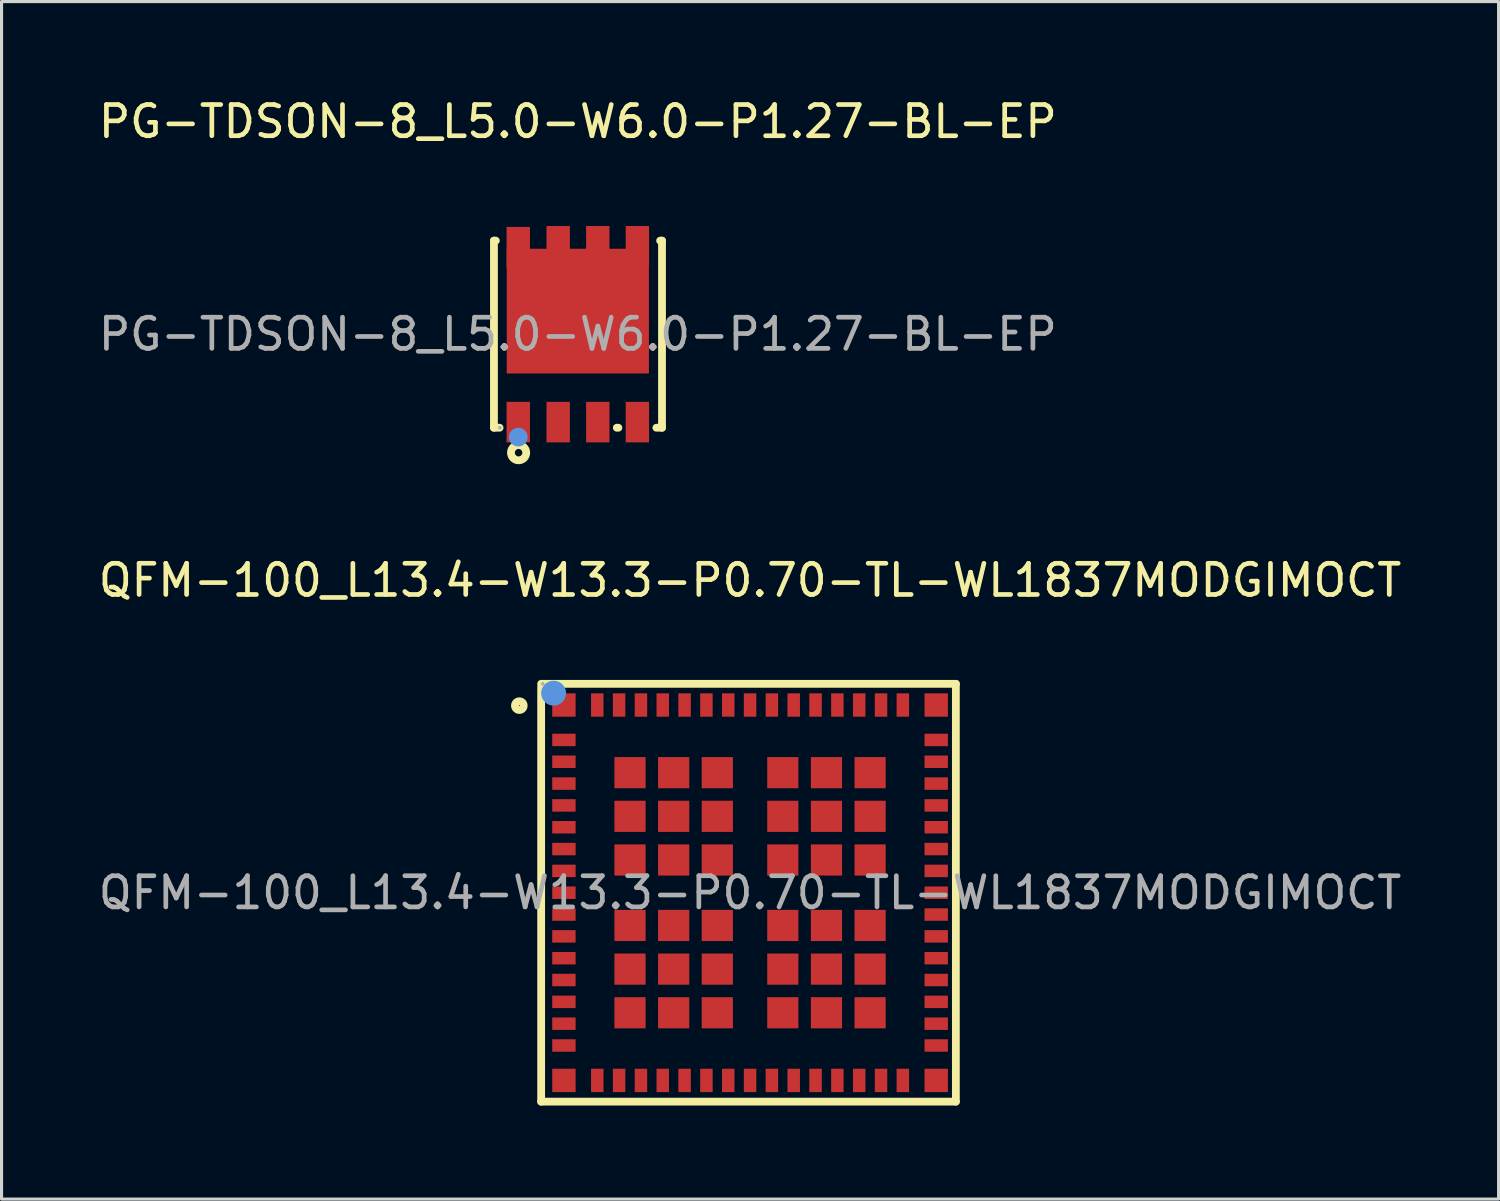
<source format=kicad_pcb>
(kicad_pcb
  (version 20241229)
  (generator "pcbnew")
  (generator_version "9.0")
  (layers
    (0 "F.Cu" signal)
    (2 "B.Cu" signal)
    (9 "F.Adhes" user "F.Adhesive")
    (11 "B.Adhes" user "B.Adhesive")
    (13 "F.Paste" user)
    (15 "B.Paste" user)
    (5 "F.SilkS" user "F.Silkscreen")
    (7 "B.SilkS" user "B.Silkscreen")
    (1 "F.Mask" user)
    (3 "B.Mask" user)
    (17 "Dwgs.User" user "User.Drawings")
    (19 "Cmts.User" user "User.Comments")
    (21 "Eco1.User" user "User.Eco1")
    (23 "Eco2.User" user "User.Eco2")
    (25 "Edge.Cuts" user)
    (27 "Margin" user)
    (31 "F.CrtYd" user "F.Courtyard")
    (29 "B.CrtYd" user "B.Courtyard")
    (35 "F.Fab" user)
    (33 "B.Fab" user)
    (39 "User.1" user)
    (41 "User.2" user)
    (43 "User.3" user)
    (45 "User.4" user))
  (footprint "QFM-100_L13.4-W13.3-P0.70-TL-WL1837MODGIMOCT"
    (layer "F.Cu")
    (at 21.006 25.581)
    (property "Reference" "QFM-100_L13.4-W13.3-P0.70-TL-WL1837MODGIMOCT" (at 0 -10.02 0) (layer "F.SilkS") (effects (font (size 1 1) (thickness 0.15))))
    (attr smd)
    (fp_line (start -6.7 -6.7) (end 6.6 -6.7) (stroke (width 0.25) (type solid)) (layer "F.SilkS"))
    (fp_line (start -6.7 6.7) (end -6.7 -6.6) (stroke (width 0.25) (type solid)) (layer "F.SilkS"))
    (fp_line (start 6.6 -6.7) (end 6.6 6.7) (stroke (width 0.25) (type solid)) (layer "F.SilkS"))
    (fp_line (start 6.6 6.7) (end -6.7 6.7) (stroke (width 0.25) (type solid)) (layer "F.SilkS"))
    (fp_circle (center -7.4 -6) (end -7.26 -6) (stroke (width 0.25) (type solid)) (fill no) (layer "F.SilkS"))
    (fp_circle (center -6.3 -6.4) (end -6.1 -6.4) (stroke (width 0.4) (type solid)) (fill no) (layer "Cmts.User"))
    (fp_circle (center -6.65 -6.7) (end -6.62 -6.7) (stroke (width 0.06) (type solid)) (fill no) (layer "F.Fab"))
    (fp_text user "${REFERENCE}" (at 0 0 0) (layer "F.Fab") (effects (font (size 1 1) (thickness 0.15))))
    (pad "1" smd rect (at -5.97 -6.02) (size 0.75 0.75) (layers "F.Cu" "F.Mask" "F.Paste"))
    (pad "2" smd rect (at -5.97 -4.9) (size 0.75 0.4) (layers "F.Cu" "F.Mask" "F.Paste"))
    (pad "3" smd rect (at -5.97 -4.2) (size 0.75 0.4) (layers "F.Cu" "F.Mask" "F.Paste"))
    (pad "4" smd rect (at -5.97 -3.5) (size 0.75 0.4) (layers "F.Cu" "F.Mask" "F.Paste"))
    (pad "5" smd rect (at -5.97 -2.8) (size 0.75 0.4) (layers "F.Cu" "F.Mask" "F.Paste"))
    (pad "6" smd rect (at -5.97 -2.1) (size 0.75 0.4) (layers "F.Cu" "F.Mask" "F.Paste"))
    (pad "7" smd rect (at -5.97 -1.4) (size 0.75 0.4) (layers "F.Cu" "F.Mask" "F.Paste"))
    (pad "8" smd rect (at -5.97 -0.7) (size 0.75 0.4) (layers "F.Cu" "F.Mask" "F.Paste"))
    (pad "9" smd rect (at -5.97 0) (size 0.75 0.4) (layers "F.Cu" "F.Mask" "F.Paste"))
    (pad "10" smd rect (at -5.97 0.7) (size 0.75 0.4) (layers "F.Cu" "F.Mask" "F.Paste"))
    (pad "11" smd rect (at -5.97 1.4) (size 0.75 0.4) (layers "F.Cu" "F.Mask" "F.Paste"))
    (pad "12" smd rect (at -5.97 2.1) (size 0.75 0.4) (layers "F.Cu" "F.Mask" "F.Paste"))
    (pad "13" smd rect (at -5.97 2.8) (size 0.75 0.4) (layers "F.Cu" "F.Mask" "F.Paste"))
    (pad "14" smd rect (at -5.97 3.5) (size 0.75 0.4) (layers "F.Cu" "F.Mask" "F.Paste"))
    (pad "15" smd rect (at -5.97 4.2) (size 0.75 0.4) (layers "F.Cu" "F.Mask" "F.Paste"))
    (pad "16" smd rect (at -5.97 4.9) (size 0.75 0.4) (layers "F.Cu" "F.Mask" "F.Paste"))
    (pad "17" smd rect (at -5.97 6.02) (size 0.75 0.75) (layers "F.Cu" "F.Mask" "F.Paste"))
    (pad "18" smd rect (at -4.9 6.02 90) (size 0.75 0.4) (layers "F.Cu" "F.Mask" "F.Paste"))
    (pad "19" smd rect (at -4.2 6.02 90) (size 0.75 0.4) (layers "F.Cu" "F.Mask" "F.Paste"))
    (pad "20" smd rect (at -3.5 6.02 90) (size 0.75 0.4) (layers "F.Cu" "F.Mask" "F.Paste"))
    (pad "21" smd rect (at -2.8 6.02 90) (size 0.75 0.4) (layers "F.Cu" "F.Mask" "F.Paste"))
    (pad "22" smd rect (at -2.1 6.02 90) (size 0.75 0.4) (layers "F.Cu" "F.Mask" "F.Paste"))
    (pad "23" smd rect (at -1.4 6.02 90) (size 0.75 0.4) (layers "F.Cu" "F.Mask" "F.Paste"))
    (pad "24" smd rect (at -0.7 6.02 90) (size 0.75 0.4) (layers "F.Cu" "F.Mask" "F.Paste"))
    (pad "25" smd rect (at 0 6.02 90) (size 0.75 0.4) (layers "F.Cu" "F.Mask" "F.Paste"))
    (pad "26" smd rect (at 0.7 6.02 90) (size 0.75 0.4) (layers "F.Cu" "F.Mask" "F.Paste"))
    (pad "27" smd rect (at 1.4 6.02 90) (size 0.75 0.4) (layers "F.Cu" "F.Mask" "F.Paste"))
    (pad "28" smd rect (at 2.1 6.02 90) (size 0.75 0.4) (layers "F.Cu" "F.Mask" "F.Paste"))
    (pad "29" smd rect (at 2.8 6.02 90) (size 0.75 0.4) (layers "F.Cu" "F.Mask" "F.Paste"))
    (pad "30" smd rect (at 3.5 6.02 90) (size 0.75 0.4) (layers "F.Cu" "F.Mask" "F.Paste"))
    (pad "31" smd rect (at 4.2 6.02 90) (size 0.75 0.4) (layers "F.Cu" "F.Mask" "F.Paste"))
    (pad "32" smd rect (at 4.9 6.02 90) (size 0.75 0.4) (layers "F.Cu" "F.Mask" "F.Paste"))
    (pad "33" smd rect (at 5.97 6.02 90) (size 0.75 0.75) (layers "F.Cu" "F.Mask" "F.Paste"))
    (pad "34" smd rect (at 5.97 4.9 180) (size 0.75 0.4) (layers "F.Cu" "F.Mask" "F.Paste"))
    (pad "35" smd rect (at 5.97 4.2 180) (size 0.75 0.4) (layers "F.Cu" "F.Mask" "F.Paste"))
    (pad "36" smd rect (at 5.97 3.5 180) (size 0.75 0.4) (layers "F.Cu" "F.Mask" "F.Paste"))
    (pad "37" smd rect (at 5.97 2.8 180) (size 0.75 0.4) (layers "F.Cu" "F.Mask" "F.Paste"))
    (pad "38" smd rect (at 5.97 2.1 180) (size 0.75 0.4) (layers "F.Cu" "F.Mask" "F.Paste"))
    (pad "39" smd rect (at 5.97 1.4 180) (size 0.75 0.4) (layers "F.Cu" "F.Mask" "F.Paste"))
    (pad "40" smd rect (at 5.97 0.7 180) (size 0.75 0.4) (layers "F.Cu" "F.Mask" "F.Paste"))
    (pad "41" smd rect (at 5.97 0 180) (size 0.75 0.4) (layers "F.Cu" "F.Mask" "F.Paste"))
    (pad "42" smd rect (at 5.97 -0.7 180) (size 0.75 0.4) (layers "F.Cu" "F.Mask" "F.Paste"))
    (pad "43" smd rect (at 5.97 -1.4 180) (size 0.75 0.4) (layers "F.Cu" "F.Mask" "F.Paste"))
    (pad "44" smd rect (at 5.97 -2.1 180) (size 0.75 0.4) (layers "F.Cu" "F.Mask" "F.Paste"))
    (pad "45" smd rect (at 5.97 -2.8 180) (size 0.75 0.4) (layers "F.Cu" "F.Mask" "F.Paste"))
    (pad "46" smd rect (at 5.97 -3.5 180) (size 0.75 0.4) (layers "F.Cu" "F.Mask" "F.Paste"))
    (pad "47" smd rect (at 5.97 -4.2 180) (size 0.75 0.4) (layers "F.Cu" "F.Mask" "F.Paste"))
    (pad "48" smd rect (at 5.97 -4.9 180) (size 0.75 0.4) (layers "F.Cu" "F.Mask" "F.Paste"))
    (pad "49" smd rect (at 5.97 -6.02 180) (size 0.75 0.75) (layers "F.Cu" "F.Mask" "F.Paste"))
    (pad "50" smd rect (at 4.9 -6.02 270) (size 0.75 0.4) (layers "F.Cu" "F.Mask" "F.Paste"))
    (pad "51" smd rect (at 4.2 -6.02 270) (size 0.75 0.4) (layers "F.Cu" "F.Mask" "F.Paste"))
    (pad "52" smd rect (at 3.5 -6.02 270) (size 0.75 0.4) (layers "F.Cu" "F.Mask" "F.Paste"))
    (pad "53" smd rect (at 2.8 -6.02 270) (size 0.75 0.4) (layers "F.Cu" "F.Mask" "F.Paste"))
    (pad "54" smd rect (at 2.1 -6.02 270) (size 0.75 0.4) (layers "F.Cu" "F.Mask" "F.Paste"))
    (pad "55" smd rect (at 1.4 -6.02 270) (size 0.75 0.4) (layers "F.Cu" "F.Mask" "F.Paste"))
    (pad "56" smd rect (at 0.7 -6.02 270) (size 0.75 0.4) (layers "F.Cu" "F.Mask" "F.Paste"))
    (pad "57" smd rect (at 0 -6.02 270) (size 0.75 0.4) (layers "F.Cu" "F.Mask" "F.Paste"))
    (pad "58" smd rect (at -0.7 -6.02 270) (size 0.75 0.4) (layers "F.Cu" "F.Mask" "F.Paste"))
    (pad "59" smd rect (at -1.4 -6.02 270) (size 0.75 0.4) (layers "F.Cu" "F.Mask" "F.Paste"))
    (pad "60" smd rect (at -2.1 -6.02 270) (size 0.75 0.4) (layers "F.Cu" "F.Mask" "F.Paste"))
    (pad "61" smd rect (at -2.8 -6.02 270) (size 0.75 0.4) (layers "F.Cu" "F.Mask" "F.Paste"))
    (pad "62" smd rect (at -3.5 -6.02 270) (size 0.75 0.4) (layers "F.Cu" "F.Mask" "F.Paste"))
    (pad "63" smd rect (at -4.2 -6.02 270) (size 0.75 0.4) (layers "F.Cu" "F.Mask" "F.Paste"))
    (pad "64" smd rect (at -4.9 -6.02 270) (size 0.75 0.4) (layers "F.Cu" "F.Mask" "F.Paste"))
    (pad "G1" smd rect (at -3.85 -3.85 90) (size 1 1) (layers "F.Cu" "F.Mask" "F.Paste"))
    (pad "G2" smd rect (at -3.85 -2.45 90) (size 1 1) (layers "F.Cu" "F.Mask" "F.Paste"))
    (pad "G3" smd rect (at -3.85 -1.05 90) (size 1 1) (layers "F.Cu" "F.Mask" "F.Paste"))
    (pad "G4" smd rect (at -3.85 1.05 90) (size 1 1) (layers "F.Cu" "F.Mask" "F.Paste"))
    (pad "G5" smd rect (at -3.85 2.45 90) (size 1 1) (layers "F.Cu" "F.Mask" "F.Paste"))
    (pad "G6" smd rect (at -3.85 3.85 90) (size 1 1) (layers "F.Cu" "F.Mask" "F.Paste"))
    (pad "G7" smd rect (at -2.45 -3.85 90) (size 1 1) (layers "F.Cu" "F.Mask" "F.Paste"))
    (pad "G8" smd rect (at -2.45 -2.45 90) (size 1 1) (layers "F.Cu" "F.Mask" "F.Paste"))
    (pad "G9" smd rect (at -2.45 -1.05 90) (size 1 1) (layers "F.Cu" "F.Mask" "F.Paste"))
    (pad "G10" smd rect (at -2.45 1.05 90) (size 1 1) (layers "F.Cu" "F.Mask" "F.Paste"))
    (pad "G11" smd rect (at -2.45 2.45 90) (size 1 1) (layers "F.Cu" "F.Mask" "F.Paste"))
    (pad "G12" smd rect (at -2.45 3.85 90) (size 1 1) (layers "F.Cu" "F.Mask" "F.Paste"))
    (pad "G13" smd rect (at -1.05 -3.85 90) (size 1 1) (layers "F.Cu" "F.Mask" "F.Paste"))
    (pad "G14" smd rect (at -1.05 -2.45 90) (size 1 1) (layers "F.Cu" "F.Mask" "F.Paste"))
    (pad "G15" smd rect (at -1.05 -1.05 90) (size 1 1) (layers "F.Cu" "F.Mask" "F.Paste"))
    (pad "G16" smd rect (at -1.05 1.05 90) (size 1 1) (layers "F.Cu" "F.Mask" "F.Paste"))
    (pad "G17" smd rect (at -1.05 2.45 90) (size 1 1) (layers "F.Cu" "F.Mask" "F.Paste"))
    (pad "G18" smd rect (at -1.05 3.85 90) (size 1 1) (layers "F.Cu" "F.Mask" "F.Paste"))
    (pad "G19" smd rect (at 1.05 -3.85 90) (size 1 1) (layers "F.Cu" "F.Mask" "F.Paste"))
    (pad "G20" smd rect (at 1.05 -2.45 90) (size 1 1) (layers "F.Cu" "F.Mask" "F.Paste"))
    (pad "G21" smd rect (at 1.05 -1.05 90) (size 1 1) (layers "F.Cu" "F.Mask" "F.Paste"))
    (pad "G22" smd rect (at 1.05 1.05 90) (size 1 1) (layers "F.Cu" "F.Mask" "F.Paste"))
    (pad "G23" smd rect (at 1.05 2.45 90) (size 1 1) (layers "F.Cu" "F.Mask" "F.Paste"))
    (pad "G24" smd rect (at 1.05 3.85 90) (size 1 1) (layers "F.Cu" "F.Mask" "F.Paste"))
    (pad "G25" smd rect (at 2.45 -3.85 90) (size 1 1) (layers "F.Cu" "F.Mask" "F.Paste"))
    (pad "G26" smd rect (at 2.45 -2.45 90) (size 1 1) (layers "F.Cu" "F.Mask" "F.Paste"))
    (pad "G27" smd rect (at 2.45 -1.05 90) (size 1 1) (layers "F.Cu" "F.Mask" "F.Paste"))
    (pad "G28" smd rect (at 2.45 1.05 90) (size 1 1) (layers "F.Cu" "F.Mask" "F.Paste"))
    (pad "G29" smd rect (at 2.45 2.45 90) (size 1 1) (layers "F.Cu" "F.Mask" "F.Paste"))
    (pad "G30" smd rect (at 2.45 3.85 90) (size 1 1) (layers "F.Cu" "F.Mask" "F.Paste"))
    (pad "G31" smd rect (at 3.85 -3.85 90) (size 1 1) (layers "F.Cu" "F.Mask" "F.Paste"))
    (pad "G32" smd rect (at 3.85 -2.45 90) (size 1 1) (layers "F.Cu" "F.Mask" "F.Paste"))
    (pad "G33" smd rect (at 3.85 -1.05 90) (size 1 1) (layers "F.Cu" "F.Mask" "F.Paste"))
    (pad "G34" smd rect (at 3.85 1.05 90) (size 1 1) (layers "F.Cu" "F.Mask" "F.Paste"))
    (pad "G35" smd rect (at 3.85 2.45 90) (size 1 1) (layers "F.Cu" "F.Mask" "F.Paste"))
    (pad "G36" smd rect (at 3.85 3.85 90) (size 1 1) (layers "F.Cu" "F.Mask" "F.Paste")))
  (footprint "PG-TDSON-8_L5.0-W6.0-P1.27-BL-EP"
    (layer "F.Cu")
    (at 15.482 7.668)
    (property "Reference" "PG-TDSON-8_L5.0-W6.0-P1.27-BL-EP" (at 0 -6.82 0) (layer "F.SilkS") (effects (font (size 1 1) (thickness 0.15))))
    (attr smd)
    (fp_line (start -2.69 -3) (end -2.63 -3) (stroke (width 0.25) (type solid)) (layer "F.SilkS"))
    (fp_line (start -2.69 3) (end -2.69 -3) (stroke (width 0.25) (type solid)) (layer "F.SilkS"))
    (fp_line (start -2.69 3) (end -2.51 3) (stroke (width 0.25) (type solid)) (layer "F.SilkS"))
    (fp_line (start 1.25 3) (end 1.3 3) (stroke (width 0.25) (type solid)) (layer "F.SilkS"))
    (fp_line (start 2.52 3) (end 2.7 3) (stroke (width 0.25) (type solid)) (layer "F.SilkS"))
    (fp_line (start 2.64 -3) (end 2.7 -3) (stroke (width 0.25) (type solid)) (layer "F.SilkS"))
    (fp_line (start 2.7 -3) (end 2.7 3) (stroke (width 0.25) (type solid)) (layer "F.SilkS"))
    (fp_circle (center -1.9 3.8) (end -1.78 3.8) (stroke (width 0.25) (type solid)) (fill no) (layer "F.SilkS"))
    (fp_circle (center -1.91 3.3) (end -1.76 3.3) (stroke (width 0.3) (type solid)) (fill no) (layer "Cmts.User"))
    (fp_circle (center -2.5 3) (end -2.47 3) (stroke (width 0.06) (type solid)) (fill no) (layer "F.Fab"))
    (fp_text user "${REFERENCE}" (at 0 0 0) (layer "F.Fab") (effects (font (size 1 1) (thickness 0.15))))
    (pad "1" smd rect (at -1.91 2.82 90) (size 1.3 0.75) (layers "F.Cu" "F.Mask" "F.Paste"))
    (pad "2" smd rect (at -0.63 2.82 90) (size 1.3 0.75) (layers "F.Cu" "F.Mask" "F.Paste"))
    (pad "3" smd rect (at 0.64 2.82 90) (size 1.3 0.75) (layers "F.Cu" "F.Mask" "F.Paste"))
    (pad "4" smd rect (at 1.91 2.82 90) (size 1.3 0.75) (layers "F.Cu" "F.Mask" "F.Paste"))
    (pad "5" smd rect (at 1.91 -2.82 270) (size 1.3 0.75) (layers "F.Cu" "F.Mask" "F.Paste"))
    (pad "6" smd rect (at 0.64 -2.82 270) (size 1.3 0.75) (layers "F.Cu" "F.Mask" "F.Paste"))
    (pad "7" smd rect (at -0.63 -2.82 270) (size 1.3 0.75) (layers "F.Cu" "F.Mask" "F.Paste"))
    (pad "8" smd rect (at -1.91 -2.79 270) (size 1.3 0.75) (layers "F.Cu" "F.Mask" "F.Paste"))
    (pad "8" smd rect (at 0 -0.74) (size 4.56 4) (layers "F.Cu" "F.Mask" "F.Paste")))
  (gr_rect
    (start -3 -3)
    (end 45.012 35.407)
    (stroke (width 0.1) (type default))
    (fill no)
    (layer "Edge.Cuts")))
</source>
